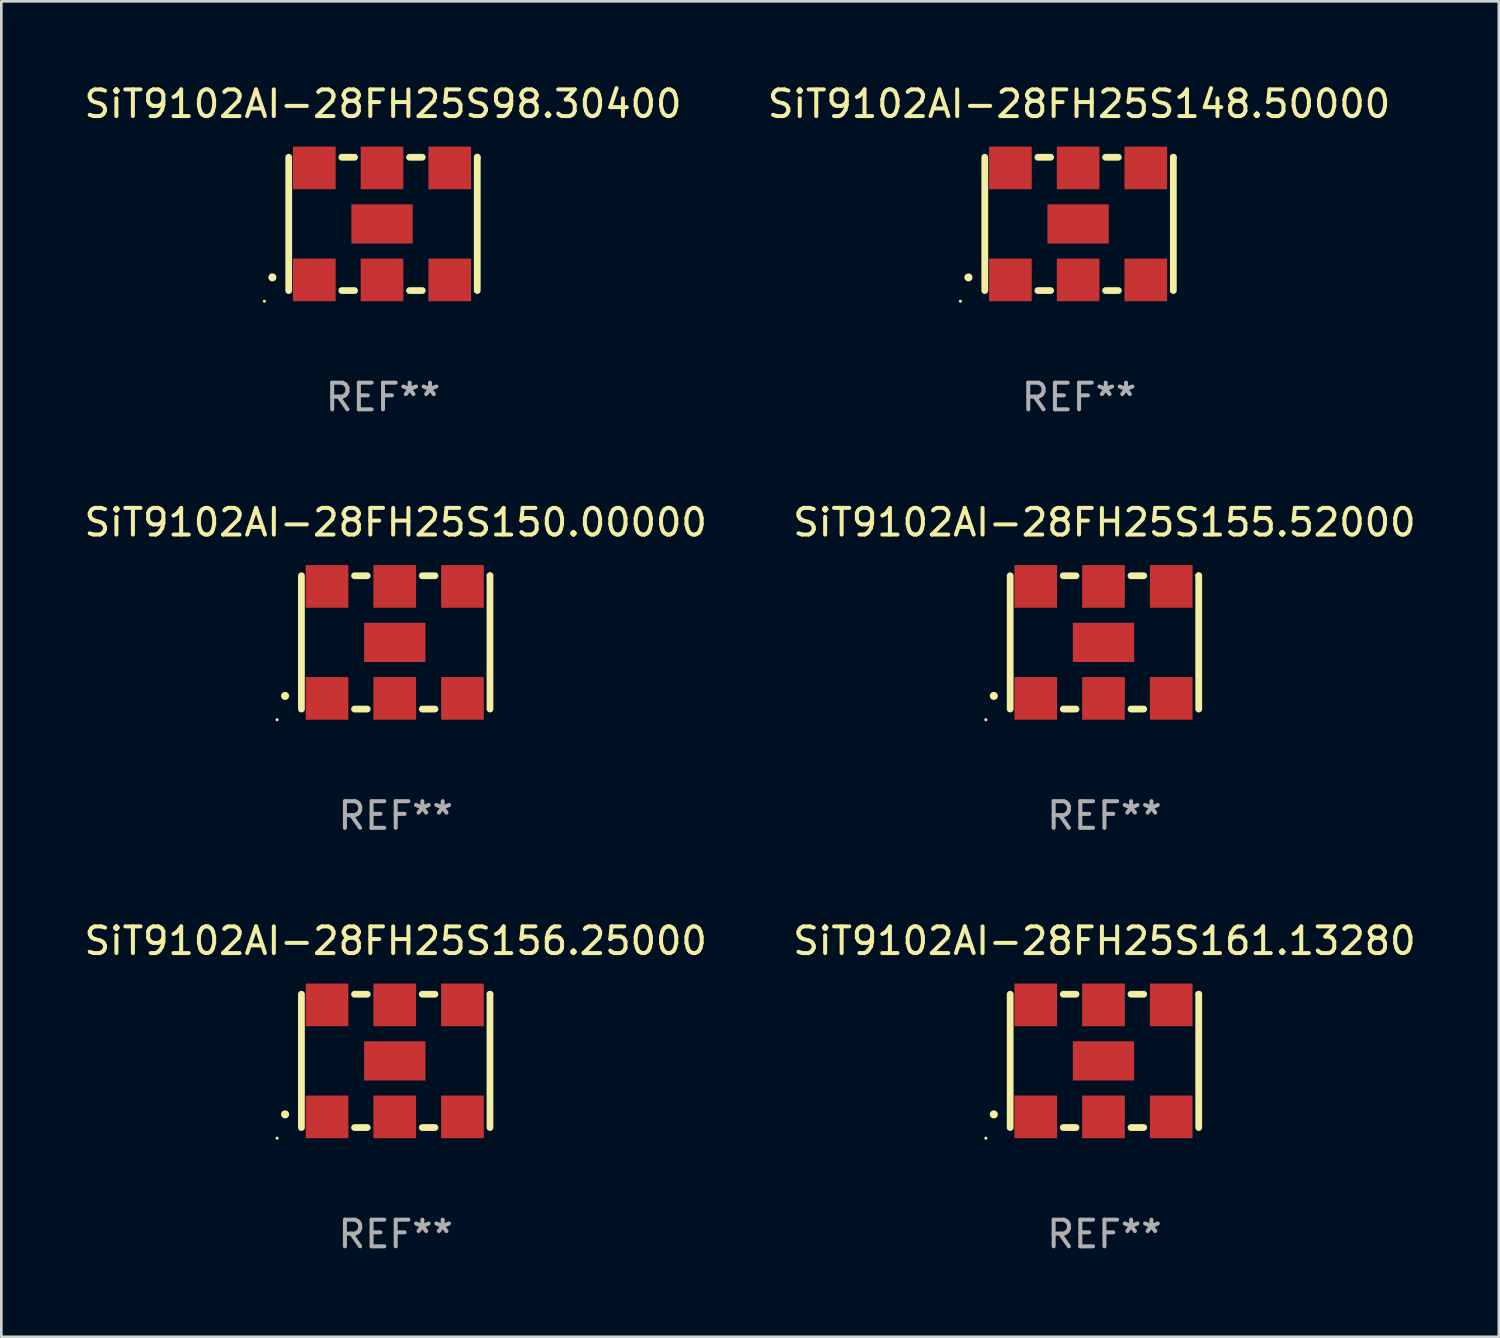
<source format=kicad_pcb>
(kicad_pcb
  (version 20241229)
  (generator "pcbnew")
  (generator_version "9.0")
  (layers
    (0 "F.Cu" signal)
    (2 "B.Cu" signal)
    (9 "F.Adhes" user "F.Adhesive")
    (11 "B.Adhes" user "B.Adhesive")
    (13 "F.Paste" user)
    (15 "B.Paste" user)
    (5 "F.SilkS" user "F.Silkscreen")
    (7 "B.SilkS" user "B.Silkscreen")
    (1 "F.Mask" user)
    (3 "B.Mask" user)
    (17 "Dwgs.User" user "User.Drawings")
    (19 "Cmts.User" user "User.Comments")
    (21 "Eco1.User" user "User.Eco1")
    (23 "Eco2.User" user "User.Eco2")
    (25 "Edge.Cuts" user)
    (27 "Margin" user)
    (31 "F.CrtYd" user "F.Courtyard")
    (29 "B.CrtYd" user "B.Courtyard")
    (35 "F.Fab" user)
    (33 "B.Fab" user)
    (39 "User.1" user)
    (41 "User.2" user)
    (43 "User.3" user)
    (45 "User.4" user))
  (footprint "SiT9102AI-28FH25S156.25000"
    (layer "F.Cu")
    (at 11.792 36.741)
    (property "Reference" "SiT9102AI-28FH25S156.25000" (at 0 -4.5 0) (layer "F.SilkS") (effects (font (size 1 1) (thickness 0.15))))
    (attr through_hole)
    (fp_line (start -3.536 -2.5) (end -3.536 2.5) (stroke (width 0.254) (type solid)) (layer "F.SilkS"))
    (fp_line (start -1.544 2.5) (end -1.067 2.5) (stroke (width 0.254) (type solid)) (layer "F.SilkS"))
    (fp_line (start -1.067 -2.5) (end -1.544 -2.5) (stroke (width 0.254) (type solid)) (layer "F.SilkS"))
    (fp_line (start 0.996 2.5) (end 1.473 2.5) (stroke (width 0.254) (type solid)) (layer "F.SilkS"))
    (fp_line (start 1.473 -2.5) (end 0.996 -2.5) (stroke (width 0.254) (type solid)) (layer "F.SilkS"))
    (fp_line (start 3.536 -2.5) (end 3.536 -2.5) (stroke (width 0.254) (type solid)) (layer "F.SilkS"))
    (fp_line (start 3.536 2.5) (end 3.536 -2.5) (stroke (width 0.254) (type solid)) (layer "F.SilkS"))
    (fp_arc (start -4.150432 2.006604) (mid -4.149162 2.006599) (end -4.147892 2.006604) (stroke (width 0.3) (type solid)) (layer "F.SilkS"))
    (fp_circle (center -4.449 2.9) (end -4.419 2.9) (stroke (width 0.06) (type solid)) (fill no) (layer "F.SilkS"))
    (fp_text user "REF**" (at 0 6.5 0) (layer "F.Fab") (effects (font (size 1 1) (thickness 0.15))))
    (pad "1" smd rect (at -2.576 2.1) (size 1.6 1.6) (layers "F.Cu" "F.Mask" "F.Paste"))
    (pad "2" smd rect (at -0.036 2.1) (size 1.6 1.6) (layers "F.Cu" "F.Mask" "F.Paste"))
    (pad "3" smd rect (at 2.504 2.1) (size 1.6 1.6) (layers "F.Cu" "F.Mask" "F.Paste"))
    (pad "4" smd rect (at 2.504 -2.1) (size 1.6 1.6) (layers "F.Cu" "F.Mask" "F.Paste"))
    (pad "5" smd rect (at -0.036 -2.1) (size 1.6 1.6) (layers "F.Cu" "F.Mask" "F.Paste"))
    (pad "6" smd rect (at -2.576 -2.1) (size 1.6 1.6) (layers "F.Cu" "F.Mask" "F.Paste"))
    (pad "7" smd rect (at -0.036 0) (size 2.3 1.47) (layers "F.Cu" "F.Mask" "F.Paste")))
  (footprint "SiT9102AI-28FH25S98.30400"
    (layer "F.Cu")
    (at 11.315 5.348)
    (property "Reference" "SiT9102AI-28FH25S98.30400" (at 0 -4.5 0) (layer "F.SilkS") (effects (font (size 1 1) (thickness 0.15))))
    (attr through_hole)
    (fp_line (start -3.536 -2.5) (end -3.536 2.5) (stroke (width 0.254) (type solid)) (layer "F.SilkS"))
    (fp_line (start -1.544 2.5) (end -1.067 2.5) (stroke (width 0.254) (type solid)) (layer "F.SilkS"))
    (fp_line (start -1.067 -2.5) (end -1.544 -2.5) (stroke (width 0.254) (type solid)) (layer "F.SilkS"))
    (fp_line (start 0.996 2.5) (end 1.473 2.5) (stroke (width 0.254) (type solid)) (layer "F.SilkS"))
    (fp_line (start 1.473 -2.5) (end 0.996 -2.5) (stroke (width 0.254) (type solid)) (layer "F.SilkS"))
    (fp_line (start 3.536 -2.5) (end 3.536 -2.5) (stroke (width 0.254) (type solid)) (layer "F.SilkS"))
    (fp_line (start 3.536 2.5) (end 3.536 -2.5) (stroke (width 0.254) (type solid)) (layer "F.SilkS"))
    (fp_arc (start -4.150432 2.006604) (mid -4.149162 2.006599) (end -4.147892 2.006604) (stroke (width 0.3) (type solid)) (layer "F.SilkS"))
    (fp_circle (center -4.449 2.9) (end -4.419 2.9) (stroke (width 0.06) (type solid)) (fill no) (layer "F.SilkS"))
    (fp_text user "REF**" (at 0 6.5 0) (layer "F.Fab") (effects (font (size 1 1) (thickness 0.15))))
    (pad "1" smd rect (at -2.576 2.1) (size 1.6 1.6) (layers "F.Cu" "F.Mask" "F.Paste"))
    (pad "2" smd rect (at -0.036 2.1) (size 1.6 1.6) (layers "F.Cu" "F.Mask" "F.Paste"))
    (pad "3" smd rect (at 2.504 2.1) (size 1.6 1.6) (layers "F.Cu" "F.Mask" "F.Paste"))
    (pad "4" smd rect (at 2.504 -2.1) (size 1.6 1.6) (layers "F.Cu" "F.Mask" "F.Paste"))
    (pad "5" smd rect (at -0.036 -2.1) (size 1.6 1.6) (layers "F.Cu" "F.Mask" "F.Paste"))
    (pad "6" smd rect (at -2.576 -2.1) (size 1.6 1.6) (layers "F.Cu" "F.Mask" "F.Paste"))
    (pad "7" smd rect (at -0.036 0) (size 2.3 1.47) (layers "F.Cu" "F.Mask" "F.Paste")))
  (footprint "SiT9102AI-28FH25S148.50000"
    (layer "F.Cu")
    (at 37.423 5.348)
    (property "Reference" "SiT9102AI-28FH25S148.50000" (at 0 -4.5 0) (layer "F.SilkS") (effects (font (size 1 1) (thickness 0.15))))
    (attr through_hole)
    (fp_line (start -3.536 -2.5) (end -3.536 2.5) (stroke (width 0.254) (type solid)) (layer "F.SilkS"))
    (fp_line (start -1.544 2.5) (end -1.067 2.5) (stroke (width 0.254) (type solid)) (layer "F.SilkS"))
    (fp_line (start -1.067 -2.5) (end -1.544 -2.5) (stroke (width 0.254) (type solid)) (layer "F.SilkS"))
    (fp_line (start 0.996 2.5) (end 1.473 2.5) (stroke (width 0.254) (type solid)) (layer "F.SilkS"))
    (fp_line (start 1.473 -2.5) (end 0.996 -2.5) (stroke (width 0.254) (type solid)) (layer "F.SilkS"))
    (fp_line (start 3.536 -2.5) (end 3.536 -2.5) (stroke (width 0.254) (type solid)) (layer "F.SilkS"))
    (fp_line (start 3.536 2.5) (end 3.536 -2.5) (stroke (width 0.254) (type solid)) (layer "F.SilkS"))
    (fp_arc (start -4.150432 2.006604) (mid -4.149162 2.006599) (end -4.147892 2.006604) (stroke (width 0.3) (type solid)) (layer "F.SilkS"))
    (fp_circle (center -4.449 2.9) (end -4.419 2.9) (stroke (width 0.06) (type solid)) (fill no) (layer "F.SilkS"))
    (fp_text user "REF**" (at 0 6.5 0) (layer "F.Fab") (effects (font (size 1 1) (thickness 0.15))))
    (pad "1" smd rect (at -2.576 2.1) (size 1.6 1.6) (layers "F.Cu" "F.Mask" "F.Paste"))
    (pad "2" smd rect (at -0.036 2.1) (size 1.6 1.6) (layers "F.Cu" "F.Mask" "F.Paste"))
    (pad "3" smd rect (at 2.504 2.1) (size 1.6 1.6) (layers "F.Cu" "F.Mask" "F.Paste"))
    (pad "4" smd rect (at 2.504 -2.1) (size 1.6 1.6) (layers "F.Cu" "F.Mask" "F.Paste"))
    (pad "5" smd rect (at -0.036 -2.1) (size 1.6 1.6) (layers "F.Cu" "F.Mask" "F.Paste"))
    (pad "6" smd rect (at -2.576 -2.1) (size 1.6 1.6) (layers "F.Cu" "F.Mask" "F.Paste"))
    (pad "7" smd rect (at -0.036 0) (size 2.3 1.47) (layers "F.Cu" "F.Mask" "F.Paste")))
  (footprint "SiT9102AI-28FH25S155.52000"
    (layer "F.Cu")
    (at 38.375 21.045)
    (property "Reference" "SiT9102AI-28FH25S155.52000" (at 0 -4.5 0) (layer "F.SilkS") (effects (font (size 1 1) (thickness 0.15))))
    (attr through_hole)
    (fp_line (start -3.536 -2.5) (end -3.536 2.5) (stroke (width 0.254) (type solid)) (layer "F.SilkS"))
    (fp_line (start -1.544 2.5) (end -1.067 2.5) (stroke (width 0.254) (type solid)) (layer "F.SilkS"))
    (fp_line (start -1.067 -2.5) (end -1.544 -2.5) (stroke (width 0.254) (type solid)) (layer "F.SilkS"))
    (fp_line (start 0.996 2.5) (end 1.473 2.5) (stroke (width 0.254) (type solid)) (layer "F.SilkS"))
    (fp_line (start 1.473 -2.5) (end 0.996 -2.5) (stroke (width 0.254) (type solid)) (layer "F.SilkS"))
    (fp_line (start 3.536 -2.5) (end 3.536 -2.5) (stroke (width 0.254) (type solid)) (layer "F.SilkS"))
    (fp_line (start 3.536 2.5) (end 3.536 -2.5) (stroke (width 0.254) (type solid)) (layer "F.SilkS"))
    (fp_arc (start -4.150432 2.006604) (mid -4.149162 2.006599) (end -4.147892 2.006604) (stroke (width 0.3) (type solid)) (layer "F.SilkS"))
    (fp_circle (center -4.449 2.9) (end -4.419 2.9) (stroke (width 0.06) (type solid)) (fill no) (layer "F.SilkS"))
    (fp_text user "REF**" (at 0 6.5 0) (layer "F.Fab") (effects (font (size 1 1) (thickness 0.15))))
    (pad "1" smd rect (at -2.576 2.1) (size 1.6 1.6) (layers "F.Cu" "F.Mask" "F.Paste"))
    (pad "2" smd rect (at -0.036 2.1) (size 1.6 1.6) (layers "F.Cu" "F.Mask" "F.Paste"))
    (pad "3" smd rect (at 2.504 2.1) (size 1.6 1.6) (layers "F.Cu" "F.Mask" "F.Paste"))
    (pad "4" smd rect (at 2.504 -2.1) (size 1.6 1.6) (layers "F.Cu" "F.Mask" "F.Paste"))
    (pad "5" smd rect (at -0.036 -2.1) (size 1.6 1.6) (layers "F.Cu" "F.Mask" "F.Paste"))
    (pad "6" smd rect (at -2.576 -2.1) (size 1.6 1.6) (layers "F.Cu" "F.Mask" "F.Paste"))
    (pad "7" smd rect (at -0.036 0) (size 2.3 1.47) (layers "F.Cu" "F.Mask" "F.Paste")))
  (footprint "SiT9102AI-28FH25S161.13280"
    (layer "F.Cu")
    (at 38.375 36.741)
    (property "Reference" "SiT9102AI-28FH25S161.13280" (at 0 -4.5 0) (layer "F.SilkS") (effects (font (size 1 1) (thickness 0.15))))
    (attr through_hole)
    (fp_line (start -3.536 -2.5) (end -3.536 2.5) (stroke (width 0.254) (type solid)) (layer "F.SilkS"))
    (fp_line (start -1.544 2.5) (end -1.067 2.5) (stroke (width 0.254) (type solid)) (layer "F.SilkS"))
    (fp_line (start -1.067 -2.5) (end -1.544 -2.5) (stroke (width 0.254) (type solid)) (layer "F.SilkS"))
    (fp_line (start 0.996 2.5) (end 1.473 2.5) (stroke (width 0.254) (type solid)) (layer "F.SilkS"))
    (fp_line (start 1.473 -2.5) (end 0.996 -2.5) (stroke (width 0.254) (type solid)) (layer "F.SilkS"))
    (fp_line (start 3.536 -2.5) (end 3.536 -2.5) (stroke (width 0.254) (type solid)) (layer "F.SilkS"))
    (fp_line (start 3.536 2.5) (end 3.536 -2.5) (stroke (width 0.254) (type solid)) (layer "F.SilkS"))
    (fp_arc (start -4.150432 2.006604) (mid -4.149162 2.006599) (end -4.147892 2.006604) (stroke (width 0.3) (type solid)) (layer "F.SilkS"))
    (fp_circle (center -4.449 2.9) (end -4.419 2.9) (stroke (width 0.06) (type solid)) (fill no) (layer "F.SilkS"))
    (fp_text user "REF**" (at 0 6.5 0) (layer "F.Fab") (effects (font (size 1 1) (thickness 0.15))))
    (pad "1" smd rect (at -2.576 2.1) (size 1.6 1.6) (layers "F.Cu" "F.Mask" "F.Paste"))
    (pad "2" smd rect (at -0.036 2.1) (size 1.6 1.6) (layers "F.Cu" "F.Mask" "F.Paste"))
    (pad "3" smd rect (at 2.504 2.1) (size 1.6 1.6) (layers "F.Cu" "F.Mask" "F.Paste"))
    (pad "4" smd rect (at 2.504 -2.1) (size 1.6 1.6) (layers "F.Cu" "F.Mask" "F.Paste"))
    (pad "5" smd rect (at -0.036 -2.1) (size 1.6 1.6) (layers "F.Cu" "F.Mask" "F.Paste"))
    (pad "6" smd rect (at -2.576 -2.1) (size 1.6 1.6) (layers "F.Cu" "F.Mask" "F.Paste"))
    (pad "7" smd rect (at -0.036 0) (size 2.3 1.47) (layers "F.Cu" "F.Mask" "F.Paste")))
  (footprint "SiT9102AI-28FH25S150.00000"
    (layer "F.Cu")
    (at 11.792 21.045)
    (property "Reference" "SiT9102AI-28FH25S150.00000" (at 0 -4.5 0) (layer "F.SilkS") (effects (font (size 1 1) (thickness 0.15))))
    (attr through_hole)
    (fp_line (start -3.536 -2.5) (end -3.536 2.5) (stroke (width 0.254) (type solid)) (layer "F.SilkS"))
    (fp_line (start -1.544 2.5) (end -1.067 2.5) (stroke (width 0.254) (type solid)) (layer "F.SilkS"))
    (fp_line (start -1.067 -2.5) (end -1.544 -2.5) (stroke (width 0.254) (type solid)) (layer "F.SilkS"))
    (fp_line (start 0.996 2.5) (end 1.473 2.5) (stroke (width 0.254) (type solid)) (layer "F.SilkS"))
    (fp_line (start 1.473 -2.5) (end 0.996 -2.5) (stroke (width 0.254) (type solid)) (layer "F.SilkS"))
    (fp_line (start 3.536 -2.5) (end 3.536 -2.5) (stroke (width 0.254) (type solid)) (layer "F.SilkS"))
    (fp_line (start 3.536 2.5) (end 3.536 -2.5) (stroke (width 0.254) (type solid)) (layer "F.SilkS"))
    (fp_arc (start -4.150432 2.006604) (mid -4.149162 2.006599) (end -4.147892 2.006604) (stroke (width 0.3) (type solid)) (layer "F.SilkS"))
    (fp_circle (center -4.449 2.9) (end -4.419 2.9) (stroke (width 0.06) (type solid)) (fill no) (layer "F.SilkS"))
    (fp_text user "REF**" (at 0 6.5 0) (layer "F.Fab") (effects (font (size 1 1) (thickness 0.15))))
    (pad "1" smd rect (at -2.576 2.1) (size 1.6 1.6) (layers "F.Cu" "F.Mask" "F.Paste"))
    (pad "2" smd rect (at -0.036 2.1) (size 1.6 1.6) (layers "F.Cu" "F.Mask" "F.Paste"))
    (pad "3" smd rect (at 2.504 2.1) (size 1.6 1.6) (layers "F.Cu" "F.Mask" "F.Paste"))
    (pad "4" smd rect (at 2.504 -2.1) (size 1.6 1.6) (layers "F.Cu" "F.Mask" "F.Paste"))
    (pad "5" smd rect (at -0.036 -2.1) (size 1.6 1.6) (layers "F.Cu" "F.Mask" "F.Paste"))
    (pad "6" smd rect (at -2.576 -2.1) (size 1.6 1.6) (layers "F.Cu" "F.Mask" "F.Paste"))
    (pad "7" smd rect (at -0.036 0) (size 2.3 1.47) (layers "F.Cu" "F.Mask" "F.Paste")))
  (gr_rect
    (start -3 -3)
    (end 53.167 47.09)
    (stroke (width 0.1) (type default))
    (fill no)
    (layer "Edge.Cuts")))
</source>
